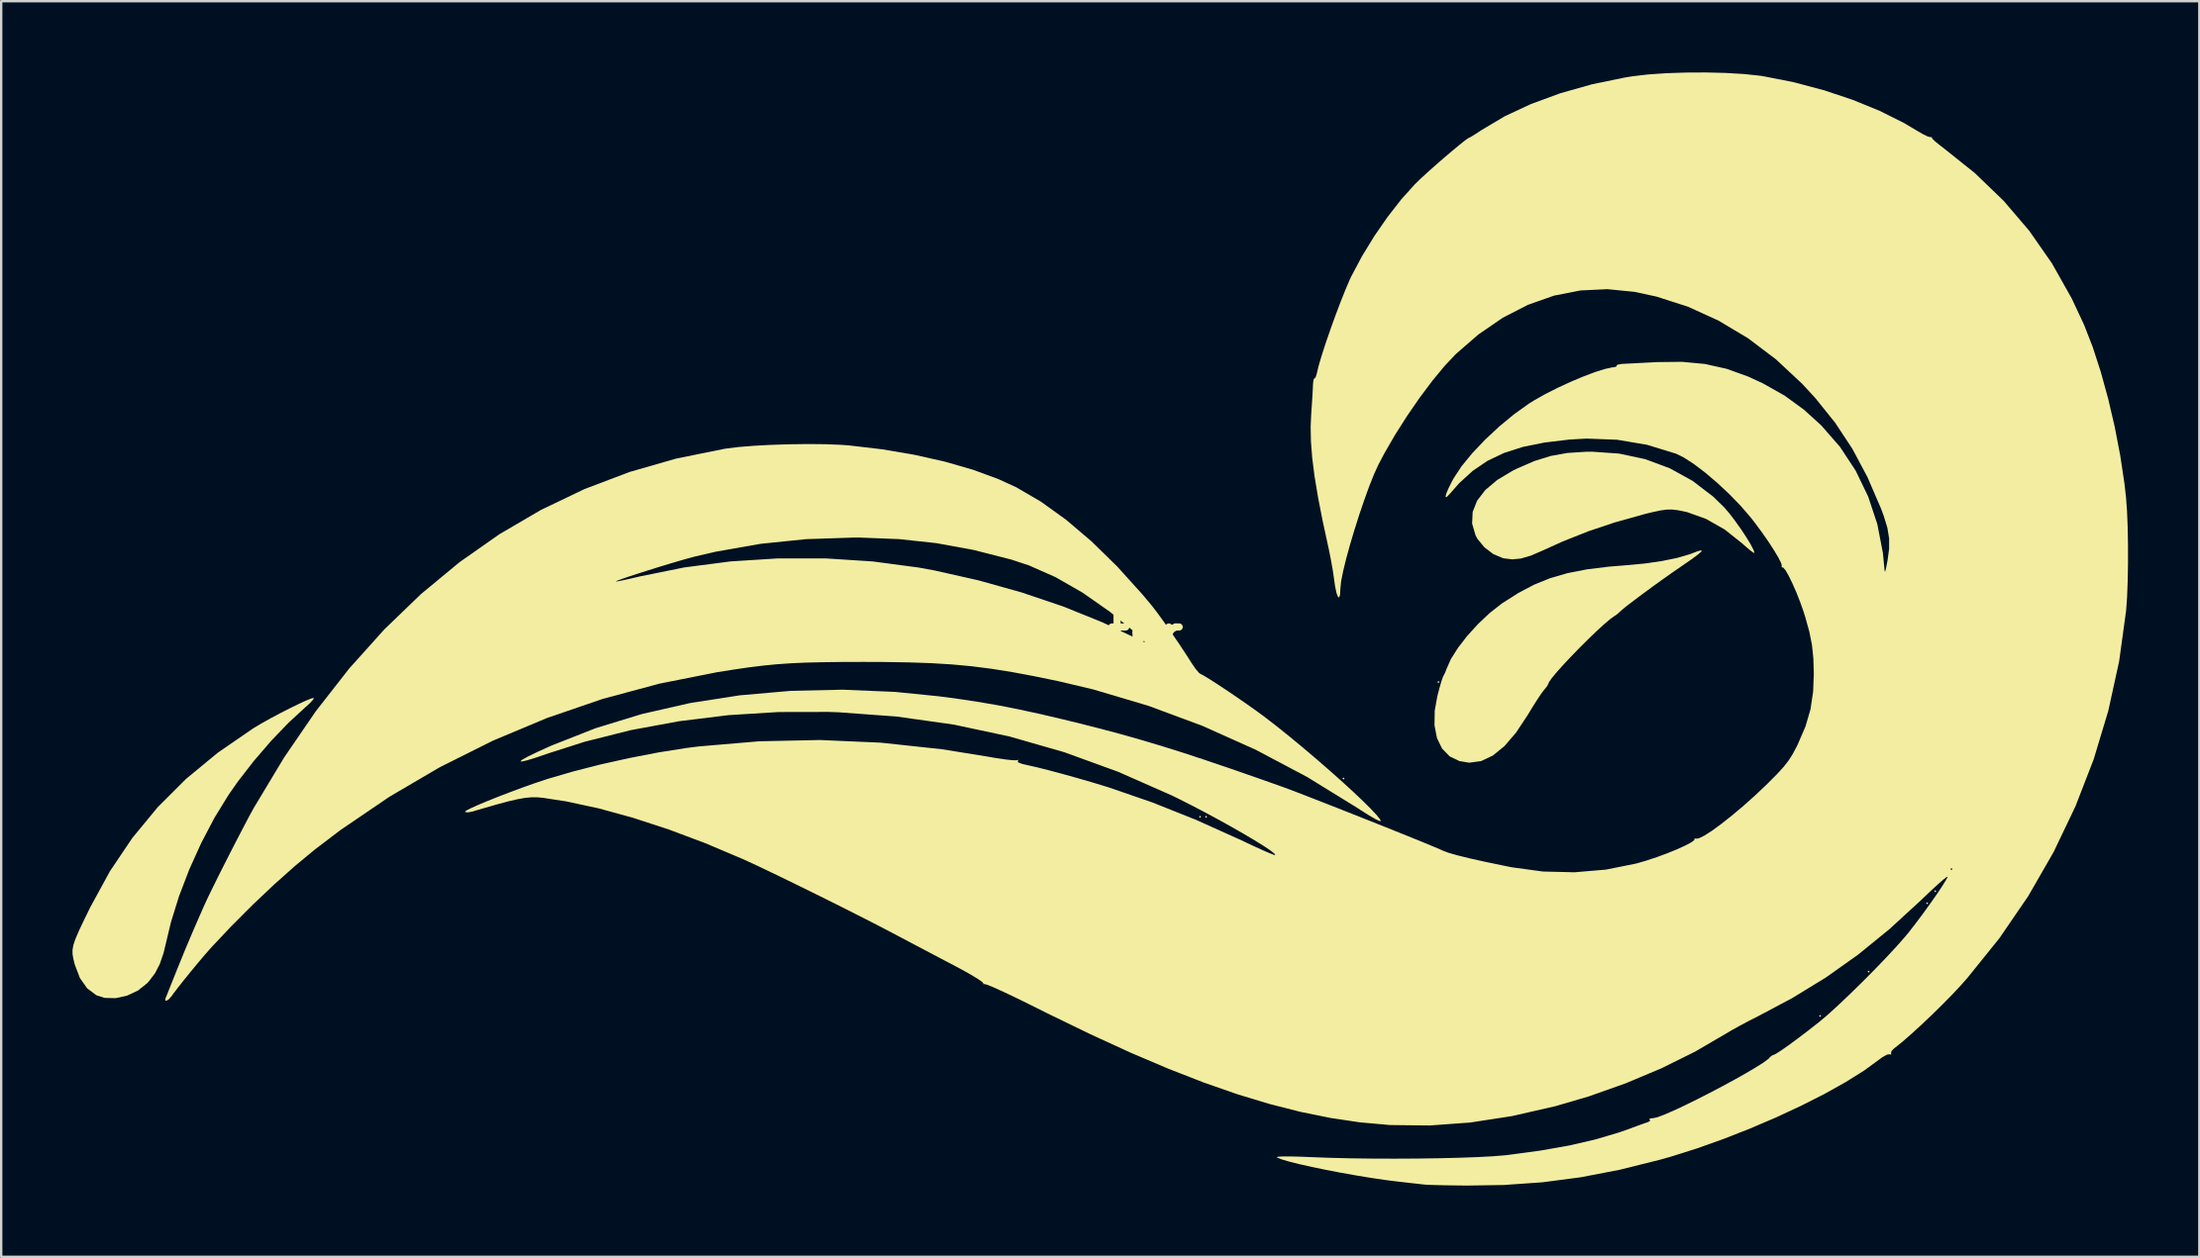
<source format=kicad_pcb>
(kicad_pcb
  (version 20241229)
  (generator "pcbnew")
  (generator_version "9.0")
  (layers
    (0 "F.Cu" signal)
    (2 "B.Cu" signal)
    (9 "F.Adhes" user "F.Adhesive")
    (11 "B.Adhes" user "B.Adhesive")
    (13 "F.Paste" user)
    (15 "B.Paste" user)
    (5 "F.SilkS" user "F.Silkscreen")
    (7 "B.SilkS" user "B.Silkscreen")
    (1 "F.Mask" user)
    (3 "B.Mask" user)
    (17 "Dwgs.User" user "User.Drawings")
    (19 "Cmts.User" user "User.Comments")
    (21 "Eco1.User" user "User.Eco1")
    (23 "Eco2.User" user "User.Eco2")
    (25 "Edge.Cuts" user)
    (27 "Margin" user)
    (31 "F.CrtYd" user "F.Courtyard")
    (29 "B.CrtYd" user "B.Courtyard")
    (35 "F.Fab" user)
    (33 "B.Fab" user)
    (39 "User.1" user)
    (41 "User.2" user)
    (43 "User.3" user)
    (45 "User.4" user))
  (footprint "water"
    (layer "F.Cu")
    (at 43.644 23.668)
    (property "Reference" "water" (at 0 0 0) (layer "F.SilkS") (effects (font (size 1.524 1.524) (thickness 0.3))))
    (attr board_only exclude_from_pos_files exclude_from_bom)
    (fp_poly (pts (xy 3.823 7.662) (xy 3.78 7.705) (xy 3.738 7.662) (xy 3.78 7.62)) (stroke (width 0) (type solid)) (fill yes) (layer "F.SilkS"))
    (fp_poly (pts (xy 4.078 7.662) (xy 4.035 7.705) (xy 3.993 7.662) (xy 4.035 7.62)) (stroke (width 0) (type solid)) (fill yes) (layer "F.SilkS"))
    (fp_poly (pts (xy 9.854 6.054) (xy 9.812 6.096) (xy 9.769 6.054) (xy 9.812 6.011)) (stroke (width 0) (type solid)) (fill yes) (layer "F.SilkS"))
    (fp_poly (pts (xy 13.847 1.99) (xy 13.804 2.032) (xy 13.762 1.99) (xy 13.804 1.947)) (stroke (width 0) (type solid)) (fill yes) (layer "F.SilkS"))
    (fp_poly (pts (xy 29.902 16.044) (xy 29.86 16.087) (xy 29.817 16.044) (xy 29.86 16.002)) (stroke (width 0) (type solid)) (fill yes) (layer "F.SilkS"))
    (fp_poly (pts (xy 31.941 14.182) (xy 31.899 14.224) (xy 31.856 14.182) (xy 31.899 14.139)) (stroke (width 0) (type solid)) (fill yes) (layer "F.SilkS"))
    (fp_poly (pts (xy 34.405 11.303) (xy 34.362 11.345) (xy 34.32 11.303) (xy 34.362 11.261)) (stroke (width 0) (type solid)) (fill yes) (layer "F.SilkS"))
    (fp_poly (pts (xy 34.744 10.795) (xy 34.702 10.837) (xy 34.66 10.795) (xy 34.702 10.753)) (stroke (width 0) (type solid)) (fill yes) (layer "F.SilkS"))
    (fp_poly (pts (xy 21.408 -7.625) (xy 22.504 -7.391) (xy 23.538 -7.006) (xy 24.496 -6.477) (xy 25.367 -5.81) (xy 25.825 -5.363) (xy 26.042 -5.11) (xy 26.284 -4.793) (xy 26.53 -4.447) (xy 26.757 -4.104) (xy 26.942 -3.798) (xy 27.063 -3.563) (xy 27.099 -3.443) (xy 27.042 -3.461) (xy 26.892 -3.574) (xy 26.675 -3.761) (xy 26.588 -3.84) (xy 25.846 -4.43) (xy 25.064 -4.874) (xy 24.26 -5.163) (xy 23.871 -5.243) (xy 23.637 -5.27) (xy 23.407 -5.268) (xy 23.137 -5.231) (xy 22.781 -5.154) (xy 22.427 -5.065) (xy 21.213 -4.724) (xy 20.1 -4.351) (xy 19.022 -3.921) (xy 18.206 -3.551) (xy 17.696 -3.331) (xy 17.277 -3.208) (xy 16.909 -3.173) (xy 16.548 -3.218) (xy 16.519 -3.224) (xy 16.116 -3.393) (xy 15.739 -3.681) (xy 15.445 -4.039) (xy 15.367 -4.185) (xy 15.223 -4.682) (xy 15.246 -5.169) (xy 15.432 -5.641) (xy 15.777 -6.091) (xy 16.278 -6.515) (xy 16.931 -6.906) (xy 17.093 -6.986) (xy 17.836 -7.309) (xy 18.528 -7.525) (xy 19.232 -7.652) (xy 20.012 -7.702) (xy 20.263 -7.705)) (stroke (width 0) (type solid)) (fill yes) (layer "F.SilkS"))
    (fp_poly (pts (xy -33.491 2.66) (xy -33.526 2.734) (xy -33.663 2.882) (xy -33.861 3.062) (xy -34.564 3.71) (xy -35.293 4.471) (xy -36.009 5.303) (xy -36.676 6.161) (xy -37.076 6.731) (xy -37.67 7.699) (xy -38.23 8.766) (xy -38.735 9.884) (xy -39.166 11.01) (xy -39.503 12.098) (xy -39.667 12.783) (xy -39.812 13.389) (xy -39.975 13.865) (xy -40.174 14.249) (xy -40.426 14.582) (xy -40.506 14.669) (xy -40.895 14.979) (xy -41.351 15.192) (xy -41.831 15.298) (xy -42.292 15.287) (xy -42.639 15.176) (xy -43.027 14.885) (xy -43.332 14.452) (xy -43.548 13.887) (xy -43.553 13.868) (xy -43.609 13.642) (xy -43.642 13.45) (xy -43.644 13.266) (xy -43.608 13.064) (xy -43.526 12.818) (xy -43.392 12.502) (xy -43.199 12.089) (xy -42.938 11.554) (xy -42.898 11.472) (xy -42.07 9.954) (xy -41.127 8.553) (xy -40.061 7.259) (xy -38.866 6.066) (xy -37.533 4.965) (xy -36.057 3.949) (xy -35.99 3.907) (xy -35.679 3.722) (xy -35.31 3.516) (xy -34.912 3.304) (xy -34.513 3.101) (xy -34.143 2.92) (xy -33.831 2.776) (xy -33.606 2.684) (xy -33.495 2.658)) (stroke (width 0) (type solid)) (fill yes) (layer "F.SilkS"))
    (fp_poly (pts (xy 24.868 -3.505) (xy 24.727 -3.38) (xy 24.448 -3.173) (xy 24.027 -2.882) (xy 24.019 -2.876) (xy 23.642 -2.617) (xy 23.23 -2.325) (xy 22.808 -2.021) (xy 22.401 -1.722) (xy 22.036 -1.448) (xy 21.737 -1.219) (xy 21.531 -1.052) (xy 21.45 -0.977) (xy 21.302 -0.848) (xy 21.225 -0.798) (xy 21.041 -0.667) (xy 20.779 -0.446) (xy 20.462 -0.155) (xy 20.11 0.183) (xy 19.744 0.548) (xy 19.386 0.917) (xy 19.056 1.268) (xy 18.777 1.581) (xy 18.568 1.833) (xy 18.451 2.004) (xy 18.434 2.053) (xy 18.381 2.16) (xy 18.259 2.311) (xy 18.147 2.456) (xy 17.975 2.712) (xy 17.766 3.041) (xy 17.558 3.384) (xy 17.072 4.119) (xy 16.585 4.686) (xy 16.095 5.085) (xy 15.602 5.318) (xy 15.103 5.386) (xy 14.696 5.321) (xy 14.278 5.119) (xy 13.959 4.79) (xy 13.745 4.35) (xy 13.641 3.812) (xy 13.651 3.192) (xy 13.762 2.578) (xy 13.852 2.235) (xy 13.934 1.953) (xy 13.997 1.773) (xy 14.016 1.736) (xy 14.09 1.592) (xy 14.143 1.449) (xy 14.328 1.029) (xy 14.629 0.551) (xy 15.02 0.046) (xy 15.473 -0.452) (xy 15.961 -0.913) (xy 16.458 -1.303) (xy 16.496 -1.33) (xy 17.171 -1.76) (xy 17.832 -2.108) (xy 18.511 -2.383) (xy 19.24 -2.594) (xy 20.05 -2.752) (xy 20.974 -2.866) (xy 21.705 -2.925) (xy 22.476 -2.997) (xy 23.203 -3.102) (xy 23.846 -3.234) (xy 24.368 -3.386) (xy 24.488 -3.431) (xy 24.745 -3.528) (xy 24.873 -3.553)) (stroke (width 0) (type solid)) (fill yes) (layer "F.SilkS"))
    (fp_poly (pts (xy -11.984 -8.02) (xy -11.34 -7.995) (xy -10.99 -7.97) (xy -9.582 -7.804) (xy -8.226 -7.573) (xy -6.944 -7.284) (xy -5.762 -6.942) (xy -4.702 -6.552) (xy -3.95 -6.207) (xy -2.915 -5.603) (xy -1.857 -4.842) (xy -0.786 -3.931) (xy 0.289 -2.88) (xy 1.358 -1.696) (xy 1.749 -1.228) (xy 1.964 -0.95) (xy 2.243 -0.566) (xy 2.559 -0.114) (xy 2.888 0.368) (xy 3.202 0.842) (xy 3.434 1.206) (xy 3.59 1.433) (xy 3.726 1.595) (xy 3.787 1.642) (xy 3.937 1.721) (xy 4.198 1.88) (xy 4.54 2.101) (xy 4.937 2.364) (xy 5.36 2.651) (xy 5.781 2.943) (xy 6.172 3.221) (xy 6.491 3.456) (xy 6.995 3.845) (xy 7.533 4.277) (xy 8.09 4.737) (xy 8.65 5.212) (xy 9.197 5.687) (xy 9.717 6.149) (xy 10.193 6.584) (xy 10.61 6.978) (xy 10.952 7.317) (xy 11.205 7.586) (xy 11.352 7.773) (xy 11.383 7.847) (xy 11.317 7.839) (xy 11.136 7.748) (xy 10.865 7.589) (xy 10.528 7.377) (xy 10.385 7.283) (xy 8.29 5.991) (xy 6.12 4.841) (xy 3.888 3.839) (xy 1.608 2.992) (xy -0.706 2.304) (xy -2.166 1.958) (xy -3.185 1.747) (xy -4.108 1.574) (xy -4.97 1.436) (xy -5.805 1.329) (xy -6.649 1.25) (xy -7.535 1.196) (xy -8.498 1.163) (xy -9.573 1.147) (xy -10.364 1.144) (xy -11.313 1.147) (xy -12.125 1.157) (xy -12.829 1.174) (xy -13.457 1.203) (xy -14.042 1.244) (xy -14.614 1.301) (xy -15.204 1.374) (xy -15.845 1.468) (xy -16.523 1.575) (xy -18.955 2.058) (xy -21.346 2.702) (xy -23.688 3.505) (xy -25.97 4.462) (xy -28.184 5.569) (xy -30.32 6.823) (xy -32.37 8.218) (xy -33.452 9.041) (xy -34.278 9.725) (xy -35.163 10.513) (xy -36.068 11.37) (xy -36.956 12.259) (xy -37.79 13.145) (xy -37.848 13.21) (xy -38.078 13.471) (xy -38.355 13.799) (xy -38.653 14.159) (xy -38.944 14.517) (xy -39.198 14.838) (xy -39.389 15.088) (xy -39.467 15.198) (xy -39.589 15.341) (xy -39.695 15.408) (xy -39.748 15.383) (xy -39.732 15.303) (xy -39.685 15.189) (xy -39.59 14.949) (xy -39.457 14.618) (xy -39.301 14.227) (xy -39.266 14.139) (xy -38.914 13.274) (xy -38.548 12.408) (xy -38.139 11.472) (xy -38.082 11.345) (xy -37.947 11.055) (xy -37.749 10.648) (xy -37.506 10.156) (xy -37.232 9.613) (xy -36.946 9.051) (xy -36.664 8.503) (xy -36.402 8) (xy -36.178 7.577) (xy -36.014 7.279) (xy -34.746 5.171) (xy -33.41 3.218) (xy -32.004 1.419) (xy -30.529 -0.225) (xy -28.985 -1.714) (xy -28.348 -2.241) (xy -20.796 -2.241) (xy -20.708 -2.25) (xy -20.489 -2.293) (xy -20.171 -2.363) (xy -19.79 -2.453) (xy -17.921 -2.832) (xy -15.971 -3.086) (xy -13.975 -3.213) (xy -11.968 -3.213) (xy -9.984 -3.085) (xy -8.057 -2.829) (xy -7.386 -2.706) (xy -5.53 -2.287) (xy -3.718 -1.779) (xy -1.982 -1.191) (xy -0.351 -0.533) (xy 0.934 0.075) (xy 1.25 0.232) (xy 1.425 0.304) (xy 1.463 0.289) (xy 1.372 0.186) (xy 1.172 0.005) (xy -0.011 -0.966) (xy -1.166 -1.774) (xy -2.297 -2.423) (xy -3.411 -2.917) (xy -4.163 -3.166) (xy -5.762 -3.572) (xy -7.314 -3.856) (xy -8.876 -4.025) (xy -10.508 -4.089) (xy -10.789 -4.09) (xy -12.786 -4.024) (xy -14.707 -3.827) (xy -16.587 -3.496) (xy -17.457 -3.294) (xy -17.747 -3.217) (xy -18.122 -3.11) (xy -18.552 -2.983) (xy -19.011 -2.843) (xy -19.469 -2.699) (xy -19.901 -2.561) (xy -20.277 -2.438) (xy -20.569 -2.337) (xy -20.751 -2.268) (xy -20.796 -2.241) (xy -28.348 -2.241) (xy -27.372 -3.05) (xy -25.689 -4.231) (xy -23.936 -5.257) (xy -22.114 -6.13) (xy -20.222 -6.849) (xy -18.259 -7.414) (xy -16.227 -7.825) (xy -16.145 -7.838) (xy -15.628 -7.902) (xy -14.984 -7.954) (xy -14.255 -7.993) (xy -13.484 -8.017) (xy -12.713 -8.027)) (stroke (width 0) (type solid)) (fill yes) (layer "F.SilkS"))
    (fp_poly (pts (xy 25.903 -23.647) (xy 26.672 -23.601) (xy 27.331 -23.531) (xy 27.481 -23.508) (xy 28.76 -23.255) (xy 30.024 -22.919) (xy 31.241 -22.512) (xy 32.377 -22.047) (xy 33.398 -21.535) (xy 33.92 -21.224) (xy 34.18 -21.072) (xy 34.392 -20.971) (xy 34.509 -20.943) (xy 34.571 -20.947) (xy 34.554 -20.934) (xy 34.586 -20.872) (xy 34.729 -20.738) (xy 34.955 -20.559) (xy 35.021 -20.51) (xy 36.372 -19.429) (xy 37.581 -18.264) (xy 38.656 -17.004) (xy 39.607 -15.639) (xy 40.443 -14.155) (xy 40.965 -13.039) (xy 41.322 -12.121) (xy 41.662 -11.074) (xy 41.976 -9.935) (xy 42.253 -8.744) (xy 42.484 -7.539) (xy 42.661 -6.361) (xy 42.728 -5.77) (xy 42.768 -5.215) (xy 42.796 -4.539) (xy 42.81 -3.791) (xy 42.81 -3.017) (xy 42.797 -2.265) (xy 42.771 -1.583) (xy 42.731 -1.02) (xy 42.729 -1.004) (xy 42.438 1.114) (xy 41.982 3.199) (xy 41.368 5.24) (xy 40.598 7.227) (xy 39.679 9.151) (xy 38.614 11) (xy 37.408 12.765) (xy 36.065 14.434) (xy 35.77 14.768) (xy 35.421 15.141) (xy 35.012 15.558) (xy 34.571 15.991) (xy 34.125 16.414) (xy 33.702 16.801) (xy 33.331 17.125) (xy 33.04 17.36) (xy 32.974 17.408) (xy 32.856 17.533) (xy 32.845 17.63) (xy 32.849 17.681) (xy 32.8 17.659) (xy 32.677 17.672) (xy 32.474 17.786) (xy 32.341 17.884) (xy 31.712 18.344) (xy 30.94 18.828) (xy 30.051 19.325) (xy 29.067 19.824) (xy 28.014 20.315) (xy 26.916 20.785) (xy 25.795 21.225) (xy 24.678 21.623) (xy 23.587 21.968) (xy 23.12 22.1) (xy 21.412 22.525) (xy 19.778 22.839) (xy 18.172 23.049) (xy 16.546 23.162) (xy 14.994 23.186) (xy 14.482 23.18) (xy 14.014 23.172) (xy 13.622 23.163) (xy 13.339 23.152) (xy 13.21 23.144) (xy 13.013 23.121) (xy 12.701 23.086) (xy 12.327 23.044) (xy 12.148 23.024) (xy 11.597 22.955) (xy 10.991 22.866) (xy 10.352 22.761) (xy 9.705 22.646) (xy 9.076 22.525) (xy 8.487 22.403) (xy 7.963 22.286) (xy 7.529 22.177) (xy 7.209 22.083) (xy 7.028 22.007) (xy 7.008 21.993) (xy 7.059 21.971) (xy 7.258 21.96) (xy 7.587 21.96) (xy 8.024 21.971) (xy 8.41 21.987) (xy 9.217 22.017) (xy 10.099 22.039) (xy 11.028 22.051) (xy 11.978 22.054) (xy 12.923 22.049) (xy 13.836 22.036) (xy 14.691 22.015) (xy 15.461 21.987) (xy 16.12 21.951) (xy 16.642 21.908) (xy 16.735 21.897) (xy 18.1 21.713) (xy 19.319 21.497) (xy 20.414 21.243) (xy 21.409 20.948) (xy 21.875 20.783) (xy 22.187 20.667) (xy 22.452 20.572) (xy 22.617 20.515) (xy 22.625 20.513) (xy 22.719 20.454) (xy 22.685 20.407) (xy 22.689 20.367) (xy 22.826 20.348) (xy 22.846 20.348) (xy 23.021 20.309) (xy 23.314 20.198) (xy 23.703 20.029) (xy 24.164 19.813) (xy 24.675 19.562) (xy 25.211 19.288) (xy 25.751 19.004) (xy 26.271 18.722) (xy 26.748 18.453) (xy 27.159 18.21) (xy 27.482 18.004) (xy 27.692 17.849) (xy 27.764 17.767) (xy 27.862 17.697) (xy 27.881 17.695) (xy 27.994 17.644) (xy 28.219 17.5) (xy 28.537 17.278) (xy 28.927 16.99) (xy 29.371 16.652) (xy 29.817 16.303) (xy 30.174 16.002) (xy 30.614 15.602) (xy 31.11 15.131) (xy 31.635 14.616) (xy 32.16 14.087) (xy 32.657 13.57) (xy 33.097 13.095) (xy 33.454 12.688) (xy 33.584 12.531) (xy 33.88 12.15) (xy 34.188 11.738) (xy 34.489 11.321) (xy 34.764 10.929) (xy 34.992 10.589) (xy 35.153 10.329) (xy 35.225 10.188) (xy 35.185 10.195) (xy 35.042 10.307) (xy 34.812 10.508) (xy 34.513 10.783) (xy 34.162 11.116) (xy 34.099 11.177) (xy 32.776 12.392) (xy 31.455 13.468) (xy 30.102 14.428) (xy 28.683 15.297) (xy 27.283 16.041) (xy 26.864 16.255) (xy 26.453 16.474) (xy 26.099 16.671) (xy 25.876 16.804) (xy 24.595 17.552) (xy 23.184 18.251) (xy 21.679 18.884) (xy 20.117 19.437) (xy 18.731 19.843) (xy 16.904 20.261) (xy 15.145 20.532) (xy 13.439 20.657) (xy 11.773 20.638) (xy 10.505 20.525) (xy 9.269 20.34) (xy 8.007 20.084) (xy 6.706 19.753) (xy 5.353 19.343) (xy 3.936 18.849) (xy 2.442 18.266) (xy 0.858 17.591) (xy -0.829 16.817) (xy -2.63 15.942) (xy -3.131 15.691) (xy -3.678 15.419) (xy -4.177 15.178) (xy -4.608 14.976) (xy -4.95 14.823) (xy -5.184 14.729) (xy -5.288 14.703) (xy -5.289 14.703) (xy -5.341 14.708) (xy -5.329 14.679) (xy -5.383 14.614) (xy -5.564 14.488) (xy -5.849 14.315) (xy -6.214 14.11) (xy -6.481 13.967) (xy -6.985 13.702) (xy -7.579 13.388) (xy -8.205 13.058) (xy -8.804 12.741) (xy -9.087 12.591) (xy -9.678 12.282) (xy -10.362 11.931) (xy -11.11 11.552) (xy -11.892 11.16) (xy -12.68 10.77) (xy -13.445 10.395) (xy -14.157 10.05) (xy -14.787 9.749) (xy -15.306 9.508) (xy -15.461 9.438) (xy -17.026 8.775) (xy -18.572 8.195) (xy -20.075 7.704) (xy -21.514 7.309) (xy -22.868 7.017) (xy -23.856 6.865) (xy -24.096 6.843) (xy -24.337 6.842) (xy -24.601 6.866) (xy -24.915 6.921) (xy -25.303 7.011) (xy -25.788 7.141) (xy -26.396 7.315) (xy -26.822 7.441) (xy -27.019 7.478) (xy -27.134 7.46) (xy -27.14 7.454) (xy -27.08 7.4) (xy -26.885 7.3) (xy -26.579 7.162) (xy -26.186 6.998) (xy -25.73 6.815) (xy -25.236 6.625) (xy -24.728 6.436) (xy -24.231 6.259) (xy -23.768 6.104) (xy -23.659 6.068) (xy -22.592 5.756) (xy -21.418 5.456) (xy -20.193 5.184) (xy -18.978 4.95) (xy -17.831 4.768) (xy -17.33 4.704) (xy -14.765 4.485) (xy -12.208 4.431) (xy -9.647 4.543) (xy -7.072 4.82) (xy -5.203 5.122) (xy -4.776 5.195) (xy -4.399 5.25) (xy -4.111 5.281) (xy -3.945 5.284) (xy -3.929 5.281) (xy -3.841 5.265) (xy -3.886 5.309) (xy -3.878 5.369) (xy -3.7 5.437) (xy -3.461 5.493) (xy -3.089 5.577) (xy -2.595 5.701) (xy -2.022 5.854) (xy -1.409 6.025) (xy -0.796 6.202) (xy -0.226 6.375) (xy -0.042 6.432) (xy 1.769 7.057) (xy 3.611 7.792) (xy 5.517 8.65) (xy 5.684 8.73) (xy 6.1 8.925) (xy 6.46 9.089) (xy 6.738 9.208) (xy 6.907 9.271) (xy 6.946 9.277) (xy 6.905 9.209) (xy 6.732 9.074) (xy 6.445 8.883) (xy 6.065 8.647) (xy 5.609 8.376) (xy 5.096 8.083) (xy 4.545 7.777) (xy 3.976 7.47) (xy 3.407 7.172) (xy 2.856 6.894) (xy 2.591 6.765) (xy 0.341 5.771) (xy -1.933 4.944) (xy -4.238 4.282) (xy -6.582 3.782) (xy -8.974 3.444) (xy -11.421 3.264) (xy -11.851 3.249) (xy -13.947 3.253) (xy -16.05 3.384) (xy -18.13 3.64) (xy -20.159 4.015) (xy -22.108 4.506) (xy -23.616 4.988) (xy -24.146 5.169) (xy -24.521 5.285) (xy -24.74 5.336) (xy -24.806 5.325) (xy -24.717 5.252) (xy -24.476 5.12) (xy -24.082 4.929) (xy -23.536 4.682) (xy -23.489 4.661) (xy -21.639 3.933) (xy -19.695 3.337) (xy -17.671 2.876) (xy -15.58 2.55) (xy -13.437 2.362) (xy -11.254 2.313) (xy -9.046 2.406) (xy -7.221 2.589) (xy -6.32 2.71) (xy -5.483 2.837) (xy -4.671 2.978) (xy -3.842 3.142) (xy -2.957 3.334) (xy -1.976 3.564) (xy -1.274 3.736) (xy -0.396 3.959) (xy 0.452 4.185) (xy 1.293 4.423) (xy 2.151 4.68) (xy 3.052 4.963) (xy 4.019 5.281) (xy 5.077 5.64) (xy 6.25 6.049) (xy 7.221 6.393) (xy 7.501 6.496) (xy 7.898 6.647) (xy 8.391 6.838) (xy 8.959 7.06) (xy 9.58 7.303) (xy 10.232 7.561) (xy 10.894 7.824) (xy 11.545 8.084) (xy 12.163 8.332) (xy 12.726 8.559) (xy 13.214 8.758) (xy 13.604 8.919) (xy 13.875 9.034) (xy 13.994 9.088) (xy 14.225 9.176) (xy 14.612 9.287) (xy 15.144 9.418) (xy 15.809 9.566) (xy 16.596 9.729) (xy 16.901 9.79) (xy 18.202 9.967) (xy 19.528 9.999) (xy 20.845 9.887) (xy 20.961 9.864) (xy 35.339 9.864) (xy 35.382 9.906) (xy 35.424 9.864) (xy 35.382 9.821) (xy 35.339 9.864) (xy 20.961 9.864) (xy 22.115 9.633) (xy 22.554 9.507) (xy 22.997 9.36) (xy 23.434 9.198) (xy 23.836 9.034) (xy 24.177 8.879) (xy 24.428 8.747) (xy 24.564 8.649) (xy 24.577 8.61) (xy 24.58 8.566) (xy 24.621 8.585) (xy 24.752 8.573) (xy 24.987 8.458) (xy 25.308 8.252) (xy 25.696 7.969) (xy 26.134 7.624) (xy 26.603 7.23) (xy 27.085 6.801) (xy 27.563 6.351) (xy 27.673 6.243) (xy 28.045 5.869) (xy 28.32 5.568) (xy 28.529 5.302) (xy 28.703 5.03) (xy 28.872 4.712) (xy 28.919 4.617) (xy 29.245 3.86) (xy 29.456 3.137) (xy 29.567 2.384) (xy 29.595 1.651) (xy 29.577 1.006) (xy 29.518 0.435) (xy 29.407 -0.128) (xy 29.233 -0.753) (xy 29.163 -0.974) (xy 29.022 -1.375) (xy 28.863 -1.779) (xy 28.698 -2.154) (xy 28.542 -2.474) (xy 28.409 -2.707) (xy 28.312 -2.825) (xy 28.281 -2.832) (xy 28.237 -2.849) (xy 28.248 -2.897) (xy 28.221 -3.016) (xy 28.107 -3.243) (xy 27.924 -3.551) (xy 27.689 -3.913) (xy 27.418 -4.303) (xy 27.129 -4.695) (xy 26.938 -4.94) (xy 26.519 -5.426) (xy 26.042 -5.918) (xy 25.536 -6.392) (xy 25.026 -6.825) (xy 24.542 -7.192) (xy 24.111 -7.47) (xy 23.8 -7.621) (xy 22.575 -7.997) (xy 21.322 -8.208) (xy 20.031 -8.257) (xy 19.314 -8.216) (xy 18.265 -8.09) (xy 17.357 -7.906) (xy 16.567 -7.653) (xy 15.873 -7.322) (xy 15.253 -6.902) (xy 14.684 -6.384) (xy 14.28 -5.927) (xy 14.155 -5.797) (xy 14.106 -5.801) (xy 14.13 -5.923) (xy 14.222 -6.148) (xy 14.379 -6.461) (xy 14.447 -6.586) (xy 14.779 -7.091) (xy 15.231 -7.643) (xy 15.772 -8.213) (xy 16.37 -8.771) (xy 16.994 -9.286) (xy 17.614 -9.729) (xy 17.839 -9.87) (xy 18.309 -10.135) (xy 18.832 -10.399) (xy 19.375 -10.649) (xy 19.907 -10.873) (xy 20.397 -11.058) (xy 20.813 -11.189) (xy 21.124 -11.255) (xy 21.204 -11.261) (xy 21.296 -11.293) (xy 21.293 -11.324) (xy 21.341 -11.368) (xy 21.509 -11.398) (xy 21.564 -11.402) (xy 21.767 -11.412) (xy 22.096 -11.429) (xy 22.506 -11.45) (xy 22.954 -11.474) (xy 22.991 -11.476) (xy 24.052 -11.488) (xy 25.017 -11.397) (xy 25.93 -11.193) (xy 26.835 -10.868) (xy 27.456 -10.58) (xy 28.368 -10.065) (xy 29.185 -9.469) (xy 29.909 -8.811) (xy 30.696 -7.909) (xy 31.357 -6.904) (xy 31.883 -5.813) (xy 32.267 -4.653) (xy 32.501 -3.441) (xy 32.559 -2.836) (xy 32.573 -2.686) (xy 32.593 -2.657) (xy 32.625 -2.764) (xy 32.676 -3.021) (xy 32.696 -3.126) (xy 32.762 -3.613) (xy 32.763 -4.05) (xy 32.691 -4.493) (xy 32.539 -4.995) (xy 32.425 -5.303) (xy 31.855 -6.626) (xy 31.22 -7.82) (xy 30.496 -8.92) (xy 29.661 -9.96) (xy 29.102 -10.566) (xy 28.003 -11.592) (xy 26.832 -12.478) (xy 25.597 -13.217) (xy 24.311 -13.804) (xy 22.983 -14.233) (xy 22.055 -14.433) (xy 20.911 -14.546) (xy 19.78 -14.492) (xy 18.666 -14.273) (xy 17.576 -13.889) (xy 16.515 -13.345) (xy 15.488 -12.64) (xy 14.541 -11.817) (xy 14.067 -11.315) (xy 13.552 -10.691) (xy 13.017 -9.977) (xy 12.486 -9.207) (xy 11.983 -8.415) (xy 11.531 -7.633) (xy 11.276 -7.147) (xy 11.096 -6.751) (xy 10.896 -6.25) (xy 10.687 -5.673) (xy 10.476 -5.051) (xy 10.273 -4.411) (xy 10.086 -3.783) (xy 9.925 -3.196) (xy 9.799 -2.678) (xy 9.715 -2.26) (xy 9.684 -1.969) (xy 9.684 -1.962) (xy 9.67 -1.687) (xy 9.632 -1.569) (xy 9.579 -1.597) (xy 9.518 -1.761) (xy 9.458 -2.05) (xy 9.423 -2.299) (xy 9.367 -2.687) (xy 9.285 -3.151) (xy 9.195 -3.602) (xy 9.177 -3.683) (xy 8.932 -4.815) (xy 8.739 -5.806) (xy 8.595 -6.676) (xy 8.498 -7.444) (xy 8.444 -8.131) (xy 8.432 -8.755) (xy 8.454 -9.271) (xy 8.483 -9.686) (xy 8.507 -10.071) (xy 8.524 -10.374) (xy 8.529 -10.512) (xy 8.547 -10.703) (xy 8.582 -10.789) (xy 8.592 -10.788) (xy 8.642 -10.837) (xy 8.693 -11.001) (xy 8.698 -11.029) (xy 8.774 -11.341) (xy 8.903 -11.774) (xy 9.071 -12.294) (xy 9.268 -12.864) (xy 9.479 -13.45) (xy 9.693 -14.016) (xy 9.897 -14.527) (xy 10.078 -14.949) (xy 10.146 -15.093) (xy 10.59 -15.93) (xy 11.105 -16.773) (xy 11.666 -17.584) (xy 12.243 -18.325) (xy 12.811 -18.957) (xy 13.036 -19.177) (xy 13.346 -19.462) (xy 13.69 -19.768) (xy 14.043 -20.075) (xy 14.38 -20.362) (xy 14.677 -20.609) (xy 14.91 -20.795) (xy 15.053 -20.898) (xy 15.084 -20.913) (xy 15.173 -20.957) (xy 15.36 -21.073) (xy 15.607 -21.235) (xy 15.614 -21.24) (xy 16.592 -21.822) (xy 17.707 -22.342) (xy 18.936 -22.794) (xy 20.254 -23.167) (xy 21.639 -23.454) (xy 21.96 -23.506) (xy 22.611 -23.583) (xy 23.376 -23.636) (xy 24.21 -23.664) (xy 25.067 -23.668)) (stroke (width 0) (type solid)) (fill yes) (layer "F.SilkS")))
  (gr_rect
    (start -3 -3)
    (end 89.454 49.854)
    (stroke (width 0.1) (type default))
    (fill no)
    (layer "Edge.Cuts")))
</source>
